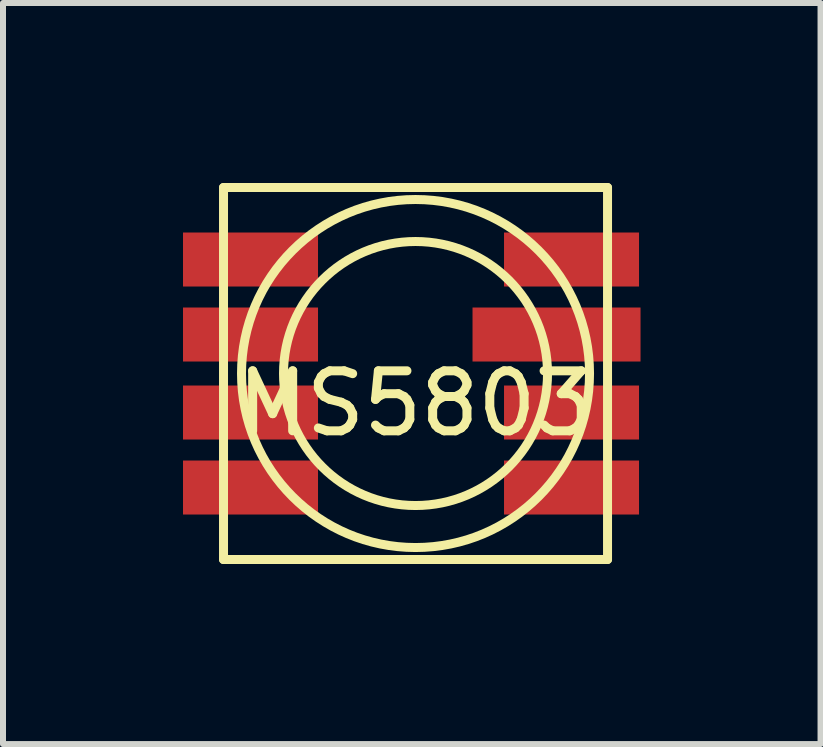
<source format=kicad_pcb>
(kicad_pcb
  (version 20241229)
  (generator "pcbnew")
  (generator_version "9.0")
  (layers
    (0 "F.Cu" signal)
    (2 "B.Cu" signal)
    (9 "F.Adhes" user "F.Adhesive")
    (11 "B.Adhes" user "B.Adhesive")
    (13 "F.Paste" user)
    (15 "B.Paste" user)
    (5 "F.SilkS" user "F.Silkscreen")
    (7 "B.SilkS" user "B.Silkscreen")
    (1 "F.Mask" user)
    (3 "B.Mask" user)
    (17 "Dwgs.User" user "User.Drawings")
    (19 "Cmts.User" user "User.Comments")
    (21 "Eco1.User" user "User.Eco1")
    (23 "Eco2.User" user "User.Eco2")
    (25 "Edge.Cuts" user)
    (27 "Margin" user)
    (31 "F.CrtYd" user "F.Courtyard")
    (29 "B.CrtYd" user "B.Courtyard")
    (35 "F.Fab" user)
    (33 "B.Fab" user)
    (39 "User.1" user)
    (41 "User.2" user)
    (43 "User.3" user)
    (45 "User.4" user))
  (footprint "MS5803"
    (layer "F.Cu")
    (at 3.875 3.175)
    (property "Reference" "MS5803" (at 0 0.5 0) (layer "F.SilkS") (effects (font (size 1 1) (thickness 0.15))))
    (attr through_hole)
    (fp_line (start -3.2 -3.1) (end -3.2 3.1) (stroke (width 0.15) (type solid)) (layer "F.SilkS"))
    (fp_line (start -3.2 3.1) (end 3.2 3.1) (stroke (width 0.15) (type solid)) (layer "F.SilkS"))
    (fp_line (start 0 -3.1) (end -3.2 -3.1) (stroke (width 0.15) (type solid)) (layer "F.SilkS"))
    (fp_line (start 3.2 -3.1) (end 0 -3.1) (stroke (width 0.15) (type solid)) (layer "F.SilkS"))
    (fp_line (start 3.2 3.1) (end 3.2 -3.1) (stroke (width 0.15) (type solid)) (layer "F.SilkS"))
    (fp_circle (center 0 0) (end 2.2 0) (stroke (width 0.15) (type solid)) (fill no) (layer "F.SilkS"))
    (fp_circle (center 0 0) (end 2.9 0) (stroke (width 0.15) (type solid)) (fill no) (layer "F.SilkS"))
    (pad "1" smd rect (at 2.6 1.9) (size 2.25 0.9) (layers "F.Cu" "F.Mask" "F.Paste"))
    (pad "2" smd rect (at 2.6 0.65) (size 2.25 0.9) (layers "F.Cu" "F.Mask" "F.Paste"))
    (pad "3" smd rect (at 2.35 -0.65) (size 2.8 0.9) (layers "F.Cu" "F.Mask" "F.Paste"))
    (pad "4" smd rect (at 2.6 -1.9) (size 2.25 0.9) (layers "F.Cu" "F.Mask" "F.Paste"))
    (pad "5" smd rect (at -2.75 -1.9) (size 2.25 0.9) (layers "F.Cu" "F.Mask" "F.Paste"))
    (pad "6" smd rect (at -2.75 -0.65) (size 2.25 0.9) (layers "F.Cu" "F.Mask" "F.Paste"))
    (pad "7" smd rect (at -2.75 0.65) (size 2.25 0.9) (layers "F.Cu" "F.Mask" "F.Paste"))
    (pad "8" smd rect (at -2.75 1.9) (size 2.25 0.9) (layers "F.Cu" "F.Mask" "F.Paste")))
  (gr_rect
    (start -3 -3)
    (end 10.625 9.35)
    (stroke (width 0.1) (type default))
    (fill no)
    (layer "Edge.Cuts")))
</source>
